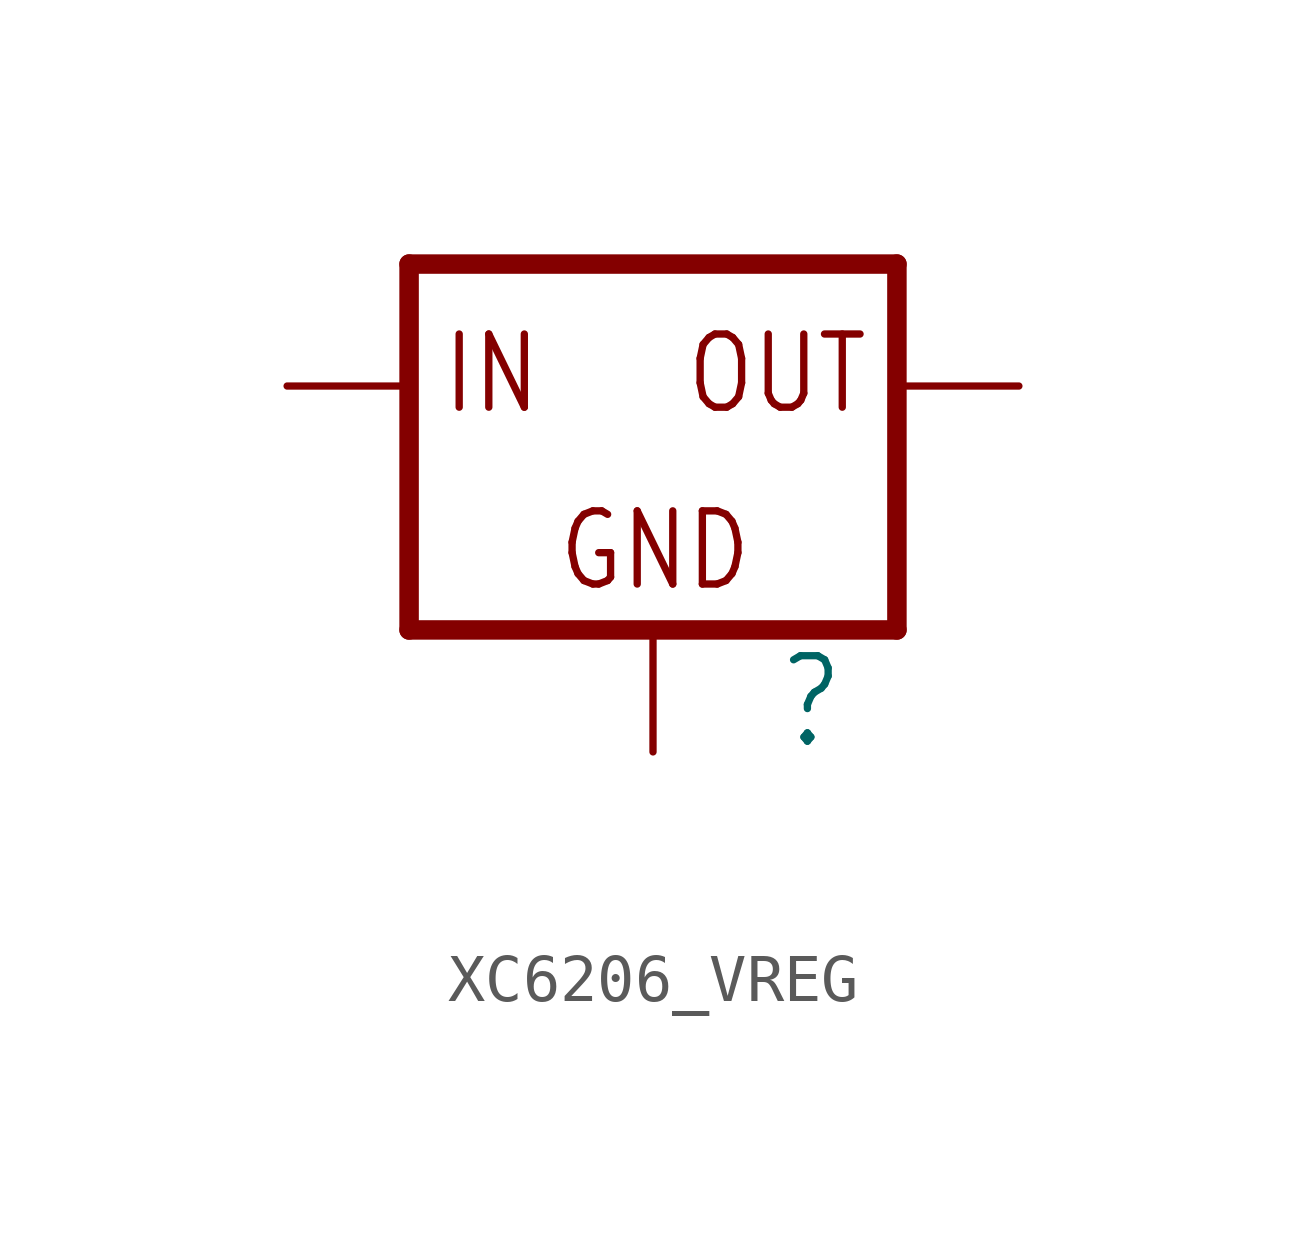
<source format=kicad_sym>
(kicad_symbol_lib
  (version 20241209)
  (generator "kicad_symbol_editor")
  (generator_version "9.0")
  (symbol "XC6206_VREG"
    (property "Reference" ""
      (at 2.54 -7.62 0)
      (effects (font (size 1.778 1.511)) (justify left bottom)))
    (property "Value" ""
      (at 2.54 -10.16 0)
      (effects (font (size 1.778 1.511)) (justify left bottom)))
    (property "ki_locked" ""
      (at 0 0 0)
      (effects (font (size 1.27 1.27))))
    (symbol "XC6206_VREG_1_0"
      (polyline (pts (xy -5.08 2.54) (xy -5.08 -5.08)) (stroke (width 0.406) (type solid)) (fill (type none)))
      (polyline (pts (xy -5.08 -5.08) (xy 5.08 -5.08)) (stroke (width 0.406) (type solid)) (fill (type none)))
      (polyline (pts (xy 5.08 2.54) (xy -5.08 2.54)) (stroke (width 0.406) (type solid)) (fill (type none)))
      (polyline (pts (xy 5.08 -5.08) (xy 5.08 2.54)) (stroke (width 0.406) (type solid)) (fill (type none)))
      (text "IN" (at -4.445 -0.635 0) (effects (font (size 1.524 1.295)) (justify left bottom)))
      (text "GND" (at -2.032 -4.318 0) (effects (font (size 1.524 1.295)) (justify left bottom)))
      (text "OUT" (at 0.635 -0.635 0) (effects (font (size 1.524 1.295)) (justify left bottom)))
      (pin input line (at -7.62 0 0) (length 2.54) (name "IN" (effects (font (size 0 0)))) (number "3" (effects (font (size 0 0)))))
      (pin input line (at 0 -7.62 90) (length 2.54) (name "GND" (effects (font (size 0 0)))) (number "1" (effects (font (size 0 0)))))
      (pin passive line (at 7.62 0 180) (length 2.54) (name "OUT" (effects (font (size 0 0)))) (number "2" (effects (font (size 0 0))))))))
</source>
